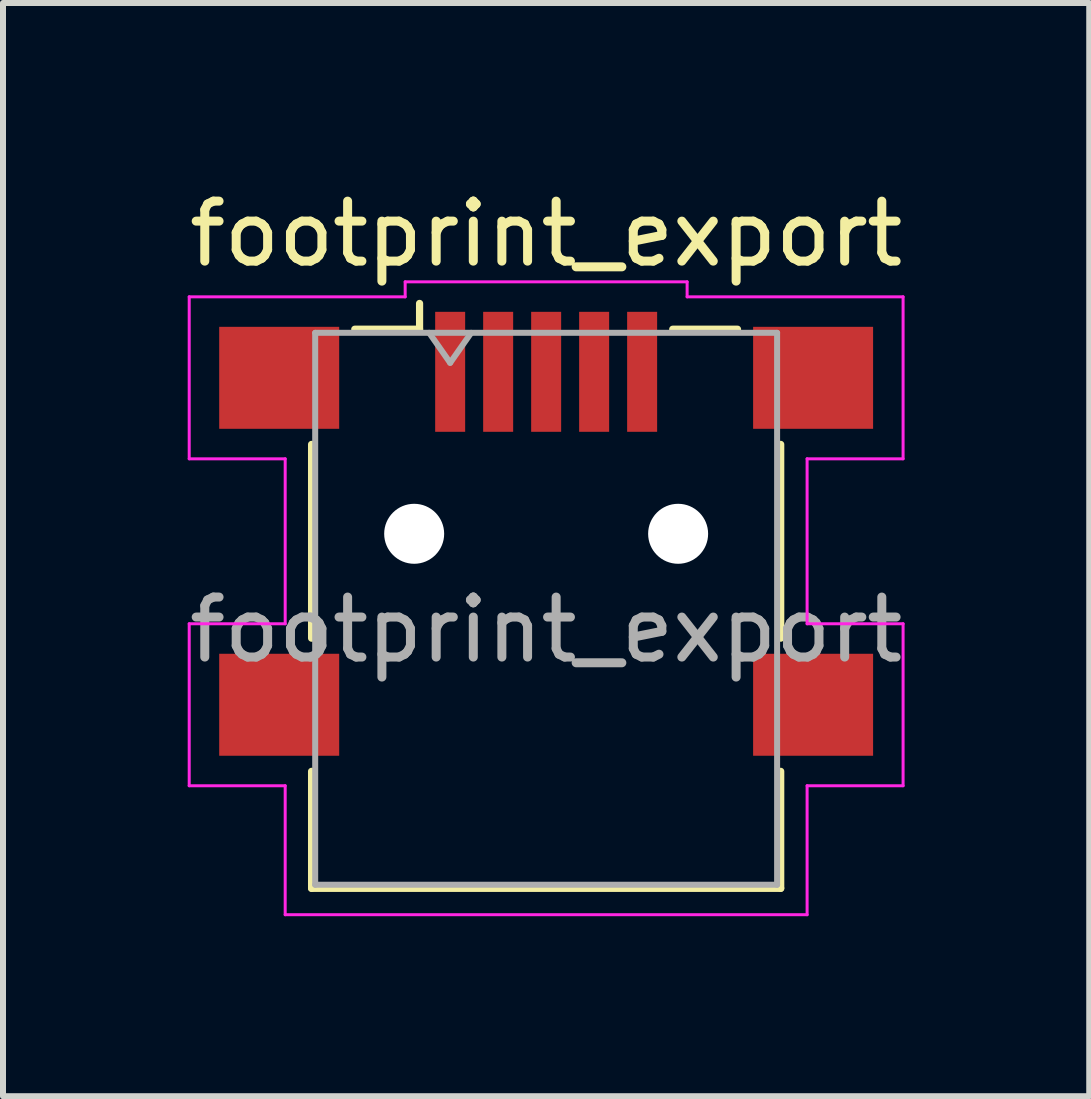
<source format=kicad_pcb>
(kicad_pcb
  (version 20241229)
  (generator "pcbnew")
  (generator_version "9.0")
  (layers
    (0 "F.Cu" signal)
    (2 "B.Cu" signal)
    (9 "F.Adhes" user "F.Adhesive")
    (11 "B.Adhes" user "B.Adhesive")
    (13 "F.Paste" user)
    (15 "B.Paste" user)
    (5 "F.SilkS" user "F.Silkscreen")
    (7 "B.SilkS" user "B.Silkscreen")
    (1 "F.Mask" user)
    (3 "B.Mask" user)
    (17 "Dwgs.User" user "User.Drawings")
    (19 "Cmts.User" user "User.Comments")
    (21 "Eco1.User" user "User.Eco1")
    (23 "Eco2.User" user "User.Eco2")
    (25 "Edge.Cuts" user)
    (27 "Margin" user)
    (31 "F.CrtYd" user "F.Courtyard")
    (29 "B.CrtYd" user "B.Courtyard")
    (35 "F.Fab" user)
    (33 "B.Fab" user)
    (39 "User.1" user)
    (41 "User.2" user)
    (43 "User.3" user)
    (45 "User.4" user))
  (footprint "footprint_export"
    (layer "F.Cu")
    (at 6.054 5.848)
    (property "Reference" "footprint_export" (at 0 -5 0) (layer "F.SilkS") (effects (font (size 1 1) (thickness 0.15))))
    (attr smd)
    (fp_line (start -3.91 1.74) (end -3.91 -1.49) (stroke (width 0.12) (type solid)) (layer "F.SilkS"))
    (fp_line (start -3.91 5.91) (end -3.91 3.96) (stroke (width 0.12) (type solid)) (layer "F.SilkS"))
    (fp_line (start -3.19 -3.41) (end -2.11 -3.41) (stroke (width 0.12) (type solid)) (layer "F.SilkS"))
    (fp_line (start -2.11 -3.41) (end -2.11 -3.84) (stroke (width 0.12) (type solid)) (layer "F.SilkS"))
    (fp_line (start 2.11 -3.41) (end 3.19 -3.41) (stroke (width 0.12) (type solid)) (layer "F.SilkS"))
    (fp_line (start 3.91 1.74) (end 3.91 -1.49) (stroke (width 0.12) (type solid)) (layer "F.SilkS"))
    (fp_line (start 3.91 5.91) (end -3.91 5.91) (stroke (width 0.12) (type solid)) (layer "F.SilkS"))
    (fp_line (start 3.91 5.91) (end 3.91 3.96) (stroke (width 0.12) (type solid)) (layer "F.SilkS"))
    (fp_line (start -5.95 -3.95) (end -5.95 -1.25) (stroke (width 0.05) (type solid)) (layer "F.CrtYd"))
    (fp_line (start -5.95 -3.95) (end -2.35 -3.95) (stroke (width 0.05) (type solid)) (layer "F.CrtYd"))
    (fp_line (start -5.95 1.5) (end -5.95 4.2) (stroke (width 0.05) (type solid)) (layer "F.CrtYd"))
    (fp_line (start -4.35 -1.25) (end -5.95 -1.25) (stroke (width 0.05) (type solid)) (layer "F.CrtYd"))
    (fp_line (start -4.35 -1.25) (end -4.35 1.5) (stroke (width 0.05) (type solid)) (layer "F.CrtYd"))
    (fp_line (start -4.35 1.5) (end -5.95 1.5) (stroke (width 0.05) (type solid)) (layer "F.CrtYd"))
    (fp_line (start -4.35 4.2) (end -5.95 4.2) (stroke (width 0.05) (type solid)) (layer "F.CrtYd"))
    (fp_line (start -4.35 6.35) (end -4.35 4.2) (stroke (width 0.05) (type solid)) (layer "F.CrtYd"))
    (fp_line (start -4.35 6.35) (end 4.35 6.35) (stroke (width 0.05) (type solid)) (layer "F.CrtYd"))
    (fp_line (start -2.35 -3.95) (end -2.35 -4.2) (stroke (width 0.05) (type solid)) (layer "F.CrtYd"))
    (fp_line (start 2.35 -4.2) (end -2.35 -4.2) (stroke (width 0.05) (type solid)) (layer "F.CrtYd"))
    (fp_line (start 2.35 -3.95) (end 2.35 -4.2) (stroke (width 0.05) (type solid)) (layer "F.CrtYd"))
    (fp_line (start 4.35 -1.25) (end 4.35 1.5) (stroke (width 0.05) (type solid)) (layer "F.CrtYd"))
    (fp_line (start 4.35 -1.25) (end 5.95 -1.25) (stroke (width 0.05) (type solid)) (layer "F.CrtYd"))
    (fp_line (start 4.35 1.5) (end 5.95 1.5) (stroke (width 0.05) (type solid)) (layer "F.CrtYd"))
    (fp_line (start 4.35 4.2) (end 5.95 4.2) (stroke (width 0.05) (type solid)) (layer "F.CrtYd"))
    (fp_line (start 4.35 6.35) (end 4.35 4.2) (stroke (width 0.05) (type solid)) (layer "F.CrtYd"))
    (fp_line (start 5.95 -3.95) (end 2.35 -3.95) (stroke (width 0.05) (type solid)) (layer "F.CrtYd"))
    (fp_line (start 5.95 -3.95) (end 5.95 -1.25) (stroke (width 0.05) (type solid)) (layer "F.CrtYd"))
    (fp_line (start 5.95 1.5) (end 5.95 4.2) (stroke (width 0.05) (type solid)) (layer "F.CrtYd"))
    (fp_line (start -3.85 -3.35) (end -3.85 5.85) (stroke (width 0.1) (type solid)) (layer "F.Fab"))
    (fp_line (start -3.85 -3.35) (end 3.85 -3.35) (stroke (width 0.1) (type solid)) (layer "F.Fab"))
    (fp_line (start -3.85 5.85) (end 3.85 5.85) (stroke (width 0.1) (type solid)) (layer "F.Fab"))
    (fp_line (start -1.95 -3.35) (end -1.6 -2.85) (stroke (width 0.1) (type solid)) (layer "F.Fab"))
    (fp_line (start -1.6 -2.85) (end -1.25 -3.35) (stroke (width 0.1) (type solid)) (layer "F.Fab"))
    (fp_line (start 3.85 5.85) (end 3.85 -3.35) (stroke (width 0.1) (type solid)) (layer "F.Fab"))
    (fp_text user "${REFERENCE}" (at 0 1.6 180) (layer "F.Fab") (effects (font (size 1 1) (thickness 0.15))))
    (pad "" np_thru_hole circle (at -2.2 0) (size 1 1) (drill 1) (layers "*.Cu" "*.Mask"))
    (pad "" np_thru_hole circle (at 2.2 0) (size 1 1) (drill 1) (layers "*.Cu" "*.Mask"))
    (pad "1" smd rect (at -1.6 -2.7) (size 0.5 2) (layers "F.Cu" "F.Mask" "F.Paste"))
    (pad "2" smd rect (at -0.8 -2.7) (size 0.5 2) (layers "F.Cu" "F.Mask" "F.Paste"))
    (pad "3" smd rect (at 0 -2.7) (size 0.5 2) (layers "F.Cu" "F.Mask" "F.Paste"))
    (pad "4" smd rect (at 0.8 -2.7) (size 0.5 2) (layers "F.Cu" "F.Mask" "F.Paste"))
    (pad "5" smd rect (at 1.6 -2.7) (size 0.5 2) (layers "F.Cu" "F.Mask" "F.Paste"))
    (pad "6" smd rect (at -4.45 -2.6) (size 2 1.7) (layers "F.Cu" "F.Mask" "F.Paste"))
    (pad "6" smd rect (at -4.45 2.85) (size 2 1.7) (layers "F.Cu" "F.Mask" "F.Paste"))
    (pad "6" smd rect (at 4.45 -2.6) (size 2 1.7) (layers "F.Cu" "F.Mask" "F.Paste"))
    (pad "6" smd rect (at 4.45 2.85) (size 2 1.7) (layers "F.Cu" "F.Mask" "F.Paste")))
  (gr_rect
    (start -3 -3)
    (end 15.107 15.223)
    (stroke (width 0.1) (type default))
    (fill no)
    (layer "Edge.Cuts")))
</source>
